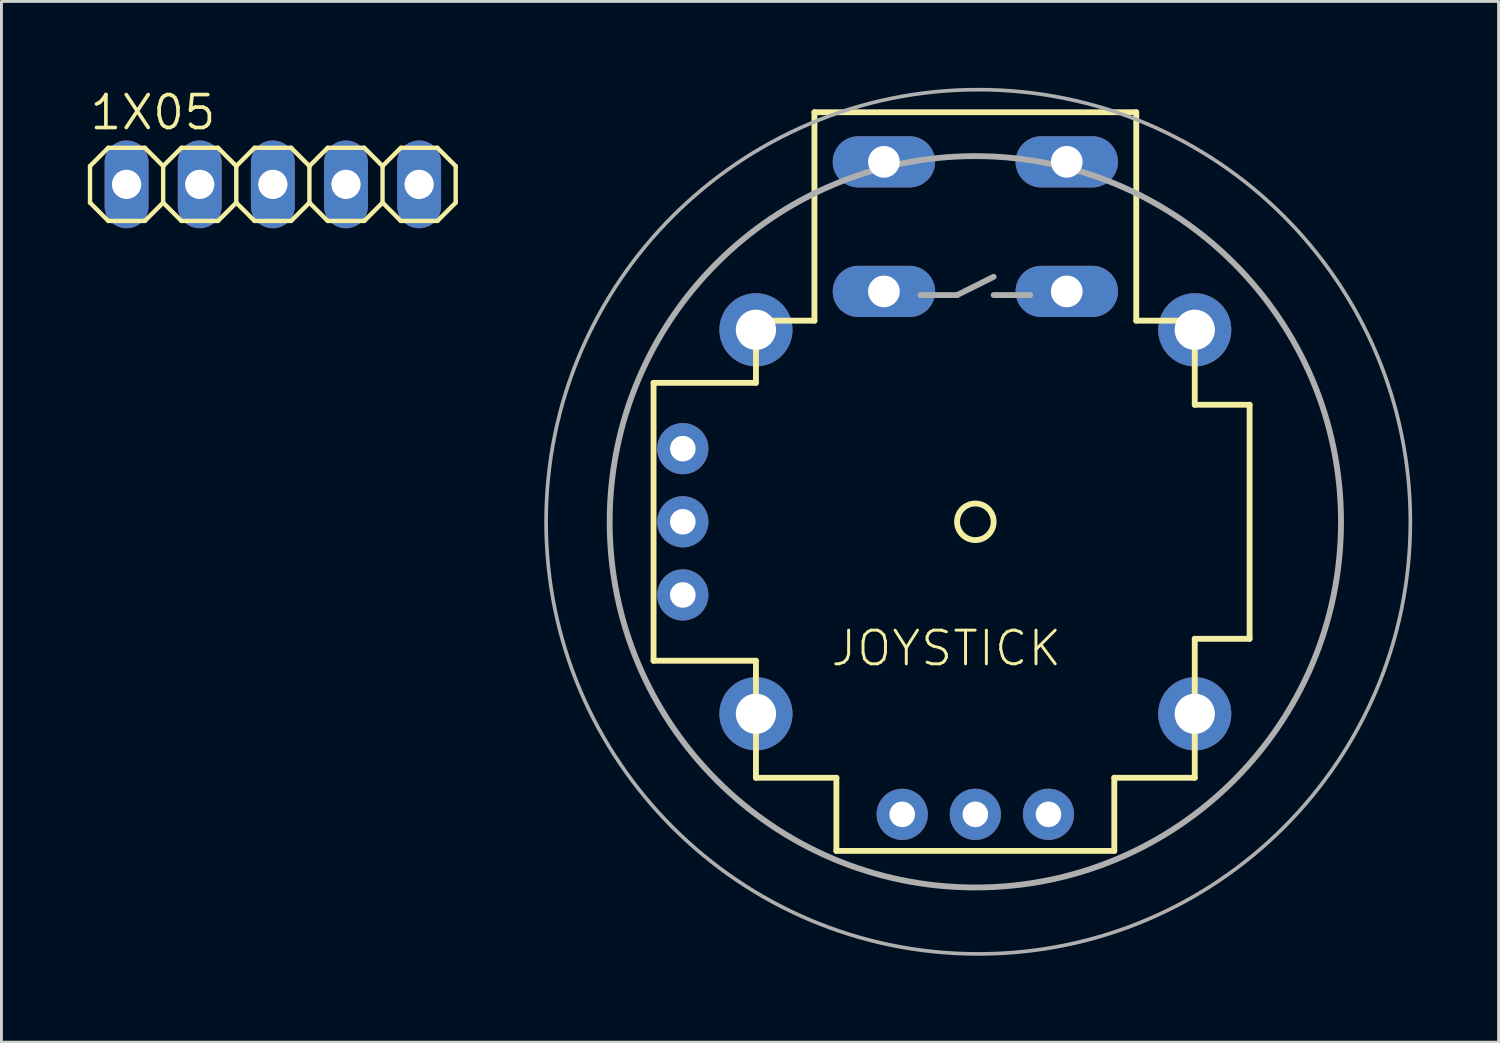
<source format=kicad_pcb>
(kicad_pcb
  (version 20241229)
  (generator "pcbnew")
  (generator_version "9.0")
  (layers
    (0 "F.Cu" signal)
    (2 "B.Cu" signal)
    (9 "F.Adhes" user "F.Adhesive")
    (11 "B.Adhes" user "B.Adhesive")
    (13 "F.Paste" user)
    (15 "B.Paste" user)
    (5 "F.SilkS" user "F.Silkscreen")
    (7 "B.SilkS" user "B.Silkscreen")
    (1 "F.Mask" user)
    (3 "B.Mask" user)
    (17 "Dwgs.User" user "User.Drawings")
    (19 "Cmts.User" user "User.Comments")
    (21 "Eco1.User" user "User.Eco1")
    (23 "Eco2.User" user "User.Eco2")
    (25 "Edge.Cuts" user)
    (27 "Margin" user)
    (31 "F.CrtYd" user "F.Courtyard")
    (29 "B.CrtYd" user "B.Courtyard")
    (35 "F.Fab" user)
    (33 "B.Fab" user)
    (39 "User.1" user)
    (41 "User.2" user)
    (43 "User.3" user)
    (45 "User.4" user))
  (footprint "JOYSTICK"
    (layer "F.Cu")
    (at 30.824 15.072)
    (property "Reference" "JOYSTICK" (at -5.08 5.08 0) (layer "F.SilkS") (effects (font (size 1.168 1.168) (thickness 0.102)) (justify left bottom)))
    (fp_line (start -11.176 -4.826) (end -11.176 4.826) (stroke (width 0.203) (type solid)) (layer "F.SilkS"))
    (fp_line (start -7.62 -4.826) (end -11.176 -4.826) (stroke (width 0.203) (type solid)) (layer "F.SilkS"))
    (fp_line (start -7.62 -4.826) (end -7.62 -6.985) (stroke (width 0.203) (type solid)) (layer "F.SilkS"))
    (fp_line (start -7.62 4.826) (end -11.176 4.826) (stroke (width 0.203) (type solid)) (layer "F.SilkS"))
    (fp_line (start -7.62 4.826) (end -7.62 8.89) (stroke (width 0.203) (type solid)) (layer "F.SilkS"))
    (fp_line (start -5.588 -14.224) (end -5.588 -6.985) (stroke (width 0.203) (type solid)) (layer "F.SilkS"))
    (fp_line (start -5.588 -6.985) (end -7.62 -6.985) (stroke (width 0.203) (type solid)) (layer "F.SilkS"))
    (fp_line (start -4.826 8.89) (end -7.62 8.89) (stroke (width 0.203) (type solid)) (layer "F.SilkS"))
    (fp_line (start -4.826 11.43) (end -4.826 8.89) (stroke (width 0.203) (type solid)) (layer "F.SilkS"))
    (fp_line (start 4.826 8.89) (end 7.62 8.89) (stroke (width 0.203) (type solid)) (layer "F.SilkS"))
    (fp_line (start 4.826 11.43) (end -4.826 11.43) (stroke (width 0.203) (type solid)) (layer "F.SilkS"))
    (fp_line (start 4.826 11.43) (end 4.826 8.89) (stroke (width 0.203) (type solid)) (layer "F.SilkS"))
    (fp_line (start 5.588 -14.224) (end -5.588 -14.224) (stroke (width 0.203) (type solid)) (layer "F.SilkS"))
    (fp_line (start 5.588 -14.224) (end 5.588 -6.985) (stroke (width 0.203) (type solid)) (layer "F.SilkS"))
    (fp_line (start 7.62 -6.985) (end 5.588 -6.985) (stroke (width 0.203) (type solid)) (layer "F.SilkS"))
    (fp_line (start 7.62 -4.064) (end 7.62 -6.985) (stroke (width 0.203) (type solid)) (layer "F.SilkS"))
    (fp_line (start 7.62 -4.064) (end 9.525 -4.064) (stroke (width 0.203) (type solid)) (layer "F.SilkS"))
    (fp_line (start 7.62 4.064) (end 7.62 8.89) (stroke (width 0.203) (type solid)) (layer "F.SilkS"))
    (fp_line (start 7.62 4.064) (end 9.525 4.064) (stroke (width 0.203) (type solid)) (layer "F.SilkS"))
    (fp_line (start 9.525 -4.064) (end 9.525 4.064) (stroke (width 0.203) (type solid)) (layer "F.SilkS"))
    (fp_circle (center 0 0) (end 0.635 0) (stroke (width 0.203) (type solid)) (fill no) (layer "F.SilkS"))
    (fp_line (start -1.905 -7.874) (end -0.635 -7.874) (stroke (width 0.203) (type solid)) (layer "F.Fab"))
    (fp_line (start -0.635 -7.874) (end 0.635 -8.509) (stroke (width 0.203) (type solid)) (layer "F.Fab"))
    (fp_line (start 0.635 -7.874) (end 1.905 -7.874) (stroke (width 0.203) (type solid)) (layer "F.Fab"))
    (fp_circle (center 0 0) (end 12.7 0) (stroke (width 0.203) (type solid)) (fill no) (layer "F.Fab"))
    (fp_circle (center 0.1 0) (end 15.108 0) (stroke (width 0.127) (type solid)) (fill no) (layer "F.Fab"))
    (pad "B1A" thru_hole oval (at -3.175 -12.501) (size 3.556 1.778) (drill 1.1) (layers "*.Cu" "*.Mask"))
    (pad "B1B" thru_hole oval (at 3.175 -12.501) (size 3.556 1.778) (drill 1.1) (layers "*.Cu" "*.Mask"))
    (pad "B2A" thru_hole oval (at -3.175 -8.001) (size 3.556 1.778) (drill 1.1) (layers "*.Cu" "*.Mask"))
    (pad "B2B" thru_hole oval (at 3.175 -8.001) (size 3.556 1.778) (drill 1.1) (layers "*.Cu" "*.Mask"))
    (pad "H1" thru_hole circle (at -2.54 10.16) (size 1.778 1.778) (drill 0.889) (layers "*.Cu" "*.Mask"))
    (pad "H2" thru_hole circle (at 0 10.16) (size 1.778 1.778) (drill 0.889) (layers "*.Cu" "*.Mask"))
    (pad "H3" thru_hole circle (at 2.54 10.16) (size 1.778 1.778) (drill 0.889) (layers "*.Cu" "*.Mask"))
    (pad "MOUNT1" thru_hole circle (at -7.62 -6.668) (size 2.54 2.54) (drill 1.397) (layers "*.Cu" "*.Mask"))
    (pad "MOUNT2" thru_hole circle (at -7.62 6.668) (size 2.54 2.54) (drill 1.397) (layers "*.Cu" "*.Mask"))
    (pad "MOUNT3" thru_hole circle (at 7.62 6.668) (size 2.54 2.54) (drill 1.397) (layers "*.Cu" "*.Mask"))
    (pad "MOUNT4" thru_hole circle (at 7.62 -6.668) (size 2.54 2.54) (drill 1.397) (layers "*.Cu" "*.Mask"))
    (pad "V1" thru_hole circle (at -10.16 -2.54) (size 1.778 1.778) (drill 0.889) (layers "*.Cu" "*.Mask"))
    (pad "V2" thru_hole circle (at -10.16 0) (size 1.778 1.778) (drill 0.889) (layers "*.Cu" "*.Mask"))
    (pad "V3" thru_hole circle (at -10.16 2.54) (size 1.778 1.778) (drill 0.889) (layers "*.Cu" "*.Mask")))
  (footprint "1X05"
    (layer "F.Cu")
    (at 6.426 3.353)
    (property "Reference" "1X05" (at -6.426 -1.829 0) (layer "F.SilkS") (effects (font (size 1.143 1.143) (thickness 0.127)) (justify left bottom)))
    (fp_line (start -6.35 -0.635) (end -6.35 0.635) (stroke (width 0.152) (type solid)) (layer "F.SilkS"))
    (fp_line (start -6.35 0.635) (end -5.715 1.27) (stroke (width 0.152) (type solid)) (layer "F.SilkS"))
    (fp_line (start -5.715 -1.27) (end -6.35 -0.635) (stroke (width 0.152) (type solid)) (layer "F.SilkS"))
    (fp_line (start -5.715 -1.27) (end -4.445 -1.27) (stroke (width 0.152) (type solid)) (layer "F.SilkS"))
    (fp_line (start -4.445 -1.27) (end -3.81 -0.635) (stroke (width 0.152) (type solid)) (layer "F.SilkS"))
    (fp_line (start -4.445 1.27) (end -5.715 1.27) (stroke (width 0.152) (type solid)) (layer "F.SilkS"))
    (fp_line (start -3.81 -0.635) (end -3.81 0.635) (stroke (width 0.152) (type solid)) (layer "F.SilkS"))
    (fp_line (start -3.81 -0.635) (end -3.175 -1.27) (stroke (width 0.152) (type solid)) (layer "F.SilkS"))
    (fp_line (start -3.81 0.635) (end -4.445 1.27) (stroke (width 0.152) (type solid)) (layer "F.SilkS"))
    (fp_line (start -3.175 -1.27) (end -1.905 -1.27) (stroke (width 0.152) (type solid)) (layer "F.SilkS"))
    (fp_line (start -3.175 1.27) (end -3.81 0.635) (stroke (width 0.152) (type solid)) (layer "F.SilkS"))
    (fp_line (start -1.905 -1.27) (end -1.27 -0.635) (stroke (width 0.152) (type solid)) (layer "F.SilkS"))
    (fp_line (start -1.905 1.27) (end -3.175 1.27) (stroke (width 0.152) (type solid)) (layer "F.SilkS"))
    (fp_line (start -1.27 -0.635) (end -1.27 0.635) (stroke (width 0.152) (type solid)) (layer "F.SilkS"))
    (fp_line (start -1.27 -0.635) (end -0.635 -1.27) (stroke (width 0.152) (type solid)) (layer "F.SilkS"))
    (fp_line (start -1.27 0.635) (end -1.905 1.27) (stroke (width 0.152) (type solid)) (layer "F.SilkS"))
    (fp_line (start -0.635 -1.27) (end 0.635 -1.27) (stroke (width 0.152) (type solid)) (layer "F.SilkS"))
    (fp_line (start -0.635 1.27) (end -1.27 0.635) (stroke (width 0.152) (type solid)) (layer "F.SilkS"))
    (fp_line (start 0.635 -1.27) (end 1.27 -0.635) (stroke (width 0.152) (type solid)) (layer "F.SilkS"))
    (fp_line (start 0.635 1.27) (end -0.635 1.27) (stroke (width 0.152) (type solid)) (layer "F.SilkS"))
    (fp_line (start 1.27 -0.635) (end 1.27 0.635) (stroke (width 0.152) (type solid)) (layer "F.SilkS"))
    (fp_line (start 1.27 0.635) (end 0.635 1.27) (stroke (width 0.152) (type solid)) (layer "F.SilkS"))
    (fp_line (start 1.27 0.635) (end 1.905 1.27) (stroke (width 0.152) (type solid)) (layer "F.SilkS"))
    (fp_line (start 1.905 -1.27) (end 1.27 -0.635) (stroke (width 0.152) (type solid)) (layer "F.SilkS"))
    (fp_line (start 1.905 -1.27) (end 3.175 -1.27) (stroke (width 0.152) (type solid)) (layer "F.SilkS"))
    (fp_line (start 3.175 -1.27) (end 3.81 -0.635) (stroke (width 0.152) (type solid)) (layer "F.SilkS"))
    (fp_line (start 3.175 1.27) (end 1.905 1.27) (stroke (width 0.152) (type solid)) (layer "F.SilkS"))
    (fp_line (start 3.81 -0.635) (end 3.81 0.635) (stroke (width 0.152) (type solid)) (layer "F.SilkS"))
    (fp_line (start 3.81 0.635) (end 3.175 1.27) (stroke (width 0.152) (type solid)) (layer "F.SilkS"))
    (fp_line (start 3.81 0.635) (end 4.445 1.27) (stroke (width 0.152) (type solid)) (layer "F.SilkS"))
    (fp_line (start 4.445 -1.27) (end 3.81 -0.635) (stroke (width 0.152) (type solid)) (layer "F.SilkS"))
    (fp_line (start 4.445 -1.27) (end 5.715 -1.27) (stroke (width 0.152) (type solid)) (layer "F.SilkS"))
    (fp_line (start 5.715 -1.27) (end 6.35 -0.635) (stroke (width 0.152) (type solid)) (layer "F.SilkS"))
    (fp_line (start 5.715 1.27) (end 4.445 1.27) (stroke (width 0.152) (type solid)) (layer "F.SilkS"))
    (fp_line (start 6.35 -0.635) (end 6.35 0.635) (stroke (width 0.152) (type solid)) (layer "F.SilkS"))
    (fp_line (start 6.35 0.635) (end 5.715 1.27) (stroke (width 0.152) (type solid)) (layer "F.SilkS"))
    (fp_poly (pts (xy -5.334 0.254) (xy -4.826 0.254) (xy -4.826 -0.254) (xy -5.334 -0.254)) (stroke (width 0.1) (type solid)) (fill no) (layer "F.Fab"))
    (fp_poly (pts (xy -2.794 0.254) (xy -2.286 0.254) (xy -2.286 -0.254) (xy -2.794 -0.254)) (stroke (width 0.1) (type solid)) (fill no) (layer "F.Fab"))
    (fp_poly (pts (xy -0.254 0.254) (xy 0.254 0.254) (xy 0.254 -0.254) (xy -0.254 -0.254)) (stroke (width 0.1) (type solid)) (fill no) (layer "F.Fab"))
    (fp_poly (pts (xy 2.286 0.254) (xy 2.794 0.254) (xy 2.794 -0.254) (xy 2.286 -0.254)) (stroke (width 0.1) (type solid)) (fill no) (layer "F.Fab"))
    (fp_poly (pts (xy 4.826 0.254) (xy 5.334 0.254) (xy 5.334 -0.254) (xy 4.826 -0.254)) (stroke (width 0.1) (type solid)) (fill no) (layer "F.Fab"))
    (pad "1" thru_hole oval (at -5.08 0 90) (size 3.048 1.524) (drill 1.016) (layers "*.Cu" "*.Mask"))
    (pad "2" thru_hole oval (at -2.54 0 90) (size 3.048 1.524) (drill 1.016) (layers "*.Cu" "*.Mask"))
    (pad "3" thru_hole oval (at 0 0 90) (size 3.048 1.524) (drill 1.016) (layers "*.Cu" "*.Mask"))
    (pad "4" thru_hole oval (at 2.54 0 90) (size 3.048 1.524) (drill 1.016) (layers "*.Cu" "*.Mask"))
    (pad "5" thru_hole oval (at 5.08 0 90) (size 3.048 1.524) (drill 1.016) (layers "*.Cu" "*.Mask")))
  (gr_rect
    (start -3 -3)
    (end 48.996 33.144)
    (stroke (width 0.1) (type default))
    (fill no)
    (layer "Edge.Cuts")))
</source>
